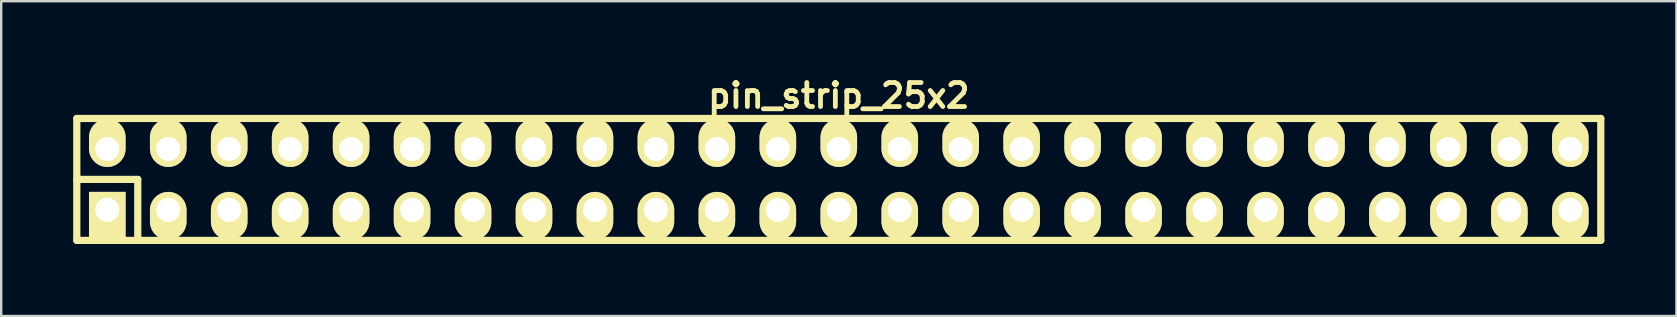
<source format=kicad_pcb>
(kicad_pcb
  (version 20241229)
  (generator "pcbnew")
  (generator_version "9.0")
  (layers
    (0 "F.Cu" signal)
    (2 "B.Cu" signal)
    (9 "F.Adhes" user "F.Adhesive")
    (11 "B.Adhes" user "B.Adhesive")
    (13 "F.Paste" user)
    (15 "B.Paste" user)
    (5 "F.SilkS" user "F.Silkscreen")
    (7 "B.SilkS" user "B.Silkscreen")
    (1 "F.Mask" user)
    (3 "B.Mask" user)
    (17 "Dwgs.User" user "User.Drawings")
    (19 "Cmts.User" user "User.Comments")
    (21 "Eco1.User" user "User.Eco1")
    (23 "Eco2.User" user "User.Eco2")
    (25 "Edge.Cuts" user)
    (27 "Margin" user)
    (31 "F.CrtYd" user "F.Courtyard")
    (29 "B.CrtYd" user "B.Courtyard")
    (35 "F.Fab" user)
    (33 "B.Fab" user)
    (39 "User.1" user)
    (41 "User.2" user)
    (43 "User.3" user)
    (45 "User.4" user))
  (footprint "pin_strip_25x2"
    (layer "F.Cu")
    (at 31.9 4.426)
    (property "Reference" "pin_strip_25x2" (at 0 -3.49 0) (layer "F.SilkS") (effects (font (size 1 1) (thickness 0.2) (bold yes))))
    (attr through_hole)
    (fp_line (start -31.75 -2.54) (end -31.75 2.54) (stroke (width 0.3) (type solid)) (layer "F.SilkS"))
    (fp_line (start -31.75 -2.54) (end 31.75 -2.54) (stroke (width 0.3) (type solid)) (layer "F.SilkS"))
    (fp_line (start -31.75 0) (end -29.21 0) (stroke (width 0.3) (type solid)) (layer "F.SilkS"))
    (fp_line (start -29.21 0) (end -29.21 2.54) (stroke (width 0.3) (type solid)) (layer "F.SilkS"))
    (fp_line (start 31.75 2.54) (end -31.75 2.54) (stroke (width 0.3) (type solid)) (layer "F.SilkS"))
    (fp_line (start 31.75 2.54) (end 31.75 -2.54) (stroke (width 0.3) (type solid)) (layer "F.SilkS"))
    (pad "1" thru_hole rect (at -30.48 1.27) (size 1.524 1.999) (drill 1.001 (offset 0 0.249)) (layers "*.Cu" "*.Mask" "F.SilkS"))
    (pad "2" thru_hole oval (at -30.48 -1.27) (size 1.524 1.999) (drill 1.001 (offset 0 -0.249)) (layers "*.Cu" "*.Mask" "F.SilkS"))
    (pad "3" thru_hole oval (at -27.94 1.27) (size 1.524 1.999) (drill 1.001 (offset 0 0.249)) (layers "*.Cu" "*.Mask" "F.SilkS"))
    (pad "4" thru_hole oval (at -27.94 -1.27) (size 1.524 1.999) (drill 1.001 (offset 0 -0.249)) (layers "*.Cu" "*.Mask" "F.SilkS"))
    (pad "5" thru_hole oval (at -25.4 1.27) (size 1.524 1.999) (drill 1.001 (offset 0 0.249)) (layers "*.Cu" "*.Mask" "F.SilkS"))
    (pad "6" thru_hole oval (at -25.4 -1.27) (size 1.524 1.999) (drill 1.001 (offset 0 -0.249)) (layers "*.Cu" "*.Mask" "F.SilkS"))
    (pad "7" thru_hole oval (at -22.86 1.27) (size 1.524 1.999) (drill 1.001 (offset 0 0.249)) (layers "*.Cu" "*.Mask" "F.SilkS"))
    (pad "8" thru_hole oval (at -22.86 -1.27) (size 1.524 1.999) (drill 1.001 (offset 0 -0.249)) (layers "*.Cu" "*.Mask" "F.SilkS"))
    (pad "9" thru_hole oval (at -20.32 1.27) (size 1.524 1.999) (drill 1.001 (offset 0 0.249)) (layers "*.Cu" "*.Mask" "F.SilkS"))
    (pad "10" thru_hole oval (at -20.32 -1.27) (size 1.524 1.999) (drill 1.001 (offset 0 -0.249)) (layers "*.Cu" "*.Mask" "F.SilkS"))
    (pad "11" thru_hole oval (at -17.78 1.27) (size 1.524 1.999) (drill 1.001 (offset 0 0.249)) (layers "*.Cu" "*.Mask" "F.SilkS"))
    (pad "12" thru_hole oval (at -17.78 -1.27) (size 1.524 1.999) (drill 1.001 (offset 0 -0.249)) (layers "*.Cu" "*.Mask" "F.SilkS"))
    (pad "13" thru_hole oval (at -15.24 1.27) (size 1.524 1.999) (drill 1.001 (offset 0 0.249)) (layers "*.Cu" "*.Mask" "F.SilkS"))
    (pad "14" thru_hole oval (at -15.24 -1.27) (size 1.524 1.999) (drill 1.001 (offset 0 -0.249)) (layers "*.Cu" "*.Mask" "F.SilkS"))
    (pad "15" thru_hole oval (at -12.7 1.27) (size 1.524 1.999) (drill 1.001 (offset 0 0.249)) (layers "*.Cu" "*.Mask" "F.SilkS"))
    (pad "16" thru_hole oval (at -12.7 -1.27) (size 1.524 1.999) (drill 1.001 (offset 0 -0.249)) (layers "*.Cu" "*.Mask" "F.SilkS"))
    (pad "17" thru_hole oval (at -10.16 1.27) (size 1.524 1.999) (drill 1.001 (offset 0 0.249)) (layers "*.Cu" "*.Mask" "F.SilkS"))
    (pad "18" thru_hole oval (at -10.16 -1.27) (size 1.524 1.999) (drill 1.001 (offset 0 -0.249)) (layers "*.Cu" "*.Mask" "F.SilkS"))
    (pad "19" thru_hole oval (at -7.62 1.27) (size 1.524 1.999) (drill 1.001 (offset 0 0.249)) (layers "*.Cu" "*.Mask" "F.SilkS"))
    (pad "20" thru_hole oval (at -7.62 -1.27) (size 1.524 1.999) (drill 1.001 (offset 0 -0.249)) (layers "*.Cu" "*.Mask" "F.SilkS"))
    (pad "21" thru_hole oval (at -5.08 1.27) (size 1.524 1.999) (drill 1.001 (offset 0 0.249)) (layers "*.Cu" "*.Mask" "F.SilkS"))
    (pad "22" thru_hole oval (at -5.08 -1.27) (size 1.524 1.999) (drill 1.001 (offset 0 -0.249)) (layers "*.Cu" "*.Mask" "F.SilkS"))
    (pad "23" thru_hole oval (at -2.54 1.27) (size 1.524 1.999) (drill 1.001 (offset 0 0.249)) (layers "*.Cu" "*.Mask" "F.SilkS"))
    (pad "24" thru_hole oval (at -2.54 -1.27) (size 1.524 1.999) (drill 1.001 (offset 0 -0.249)) (layers "*.Cu" "*.Mask" "F.SilkS"))
    (pad "25" thru_hole oval (at 0 1.27) (size 1.524 1.999) (drill 1.001 (offset 0 0.249)) (layers "*.Cu" "*.Mask" "F.SilkS"))
    (pad "26" thru_hole oval (at 0 -1.27) (size 1.524 1.999) (drill 1.001 (offset 0 -0.249)) (layers "*.Cu" "*.Mask" "F.SilkS"))
    (pad "27" thru_hole oval (at 2.54 1.27) (size 1.524 1.999) (drill 1.001 (offset 0 0.249)) (layers "*.Cu" "*.Mask" "F.SilkS"))
    (pad "28" thru_hole oval (at 2.54 -1.27) (size 1.524 1.999) (drill 1.001 (offset 0 -0.249)) (layers "*.Cu" "*.Mask" "F.SilkS"))
    (pad "29" thru_hole oval (at 5.08 1.27) (size 1.524 1.999) (drill 1.001 (offset 0 0.249)) (layers "*.Cu" "*.Mask" "F.SilkS"))
    (pad "30" thru_hole oval (at 5.08 -1.27) (size 1.524 1.999) (drill 1.001 (offset 0 -0.249)) (layers "*.Cu" "*.Mask" "F.SilkS"))
    (pad "31" thru_hole oval (at 7.62 1.27) (size 1.524 1.999) (drill 1.001 (offset 0 0.249)) (layers "*.Cu" "*.Mask" "F.SilkS"))
    (pad "32" thru_hole oval (at 7.62 -1.27) (size 1.524 1.999) (drill 1.001 (offset 0 -0.249)) (layers "*.Cu" "*.Mask" "F.SilkS"))
    (pad "33" thru_hole oval (at 10.16 1.27) (size 1.524 1.999) (drill 1.001 (offset 0 0.249)) (layers "*.Cu" "*.Mask" "F.SilkS"))
    (pad "34" thru_hole oval (at 10.16 -1.27) (size 1.524 1.999) (drill 1.001 (offset 0 -0.249)) (layers "*.Cu" "*.Mask" "F.SilkS"))
    (pad "35" thru_hole oval (at 12.7 1.27) (size 1.524 1.999) (drill 1.001 (offset 0 0.249)) (layers "*.Cu" "*.Mask" "F.SilkS"))
    (pad "36" thru_hole oval (at 12.7 -1.27) (size 1.524 1.999) (drill 1.001 (offset 0 -0.249)) (layers "*.Cu" "*.Mask" "F.SilkS"))
    (pad "37" thru_hole oval (at 15.24 1.27) (size 1.524 1.999) (drill 1.001 (offset 0 0.249)) (layers "*.Cu" "*.Mask" "F.SilkS"))
    (pad "38" thru_hole oval (at 15.24 -1.27) (size 1.524 1.999) (drill 1.001 (offset 0 -0.249)) (layers "*.Cu" "*.Mask" "F.SilkS"))
    (pad "39" thru_hole oval (at 17.78 1.27) (size 1.524 1.999) (drill 1.001 (offset 0 0.249)) (layers "*.Cu" "*.Mask" "F.SilkS"))
    (pad "40" thru_hole oval (at 17.78 -1.27) (size 1.524 1.999) (drill 1.001 (offset 0 -0.249)) (layers "*.Cu" "*.Mask" "F.SilkS"))
    (pad "41" thru_hole oval (at 20.32 1.27) (size 1.524 1.999) (drill 1.001 (offset 0 0.249)) (layers "*.Cu" "*.Mask" "F.SilkS"))
    (pad "42" thru_hole oval (at 20.32 -1.27) (size 1.524 1.999) (drill 1.001 (offset 0 -0.249)) (layers "*.Cu" "*.Mask" "F.SilkS"))
    (pad "43" thru_hole oval (at 22.86 1.27) (size 1.524 1.999) (drill 1.001 (offset 0 0.249)) (layers "*.Cu" "*.Mask" "F.SilkS"))
    (pad "44" thru_hole oval (at 22.86 -1.27) (size 1.524 1.999) (drill 1.001 (offset 0 -0.249)) (layers "*.Cu" "*.Mask" "F.SilkS"))
    (pad "45" thru_hole oval (at 25.4 1.27) (size 1.524 1.999) (drill 1.001 (offset 0 0.249)) (layers "*.Cu" "*.Mask" "F.SilkS"))
    (pad "46" thru_hole oval (at 25.4 -1.27) (size 1.524 1.999) (drill 1.001 (offset 0 -0.249)) (layers "*.Cu" "*.Mask" "F.SilkS"))
    (pad "47" thru_hole oval (at 27.94 1.27) (size 1.524 1.999) (drill 1.001 (offset 0 0.249)) (layers "*.Cu" "*.Mask" "F.SilkS"))
    (pad "48" thru_hole oval (at 27.94 -1.27) (size 1.524 1.999) (drill 1.001 (offset 0 -0.249)) (layers "*.Cu" "*.Mask" "F.SilkS"))
    (pad "49" thru_hole oval (at 30.48 1.27) (size 1.524 1.999) (drill 1.001 (offset 0 0.249)) (layers "*.Cu" "*.Mask" "F.SilkS"))
    (pad "50" thru_hole oval (at 30.48 -1.27) (size 1.524 1.999) (drill 1.001 (offset 0 -0.249)) (layers "*.Cu" "*.Mask" "F.SilkS")))
  (gr_rect
    (start -3 -3)
    (end 66.8 10.116)
    (stroke (width 0.1) (type default))
    (fill no)
    (layer "Edge.Cuts")))
</source>
